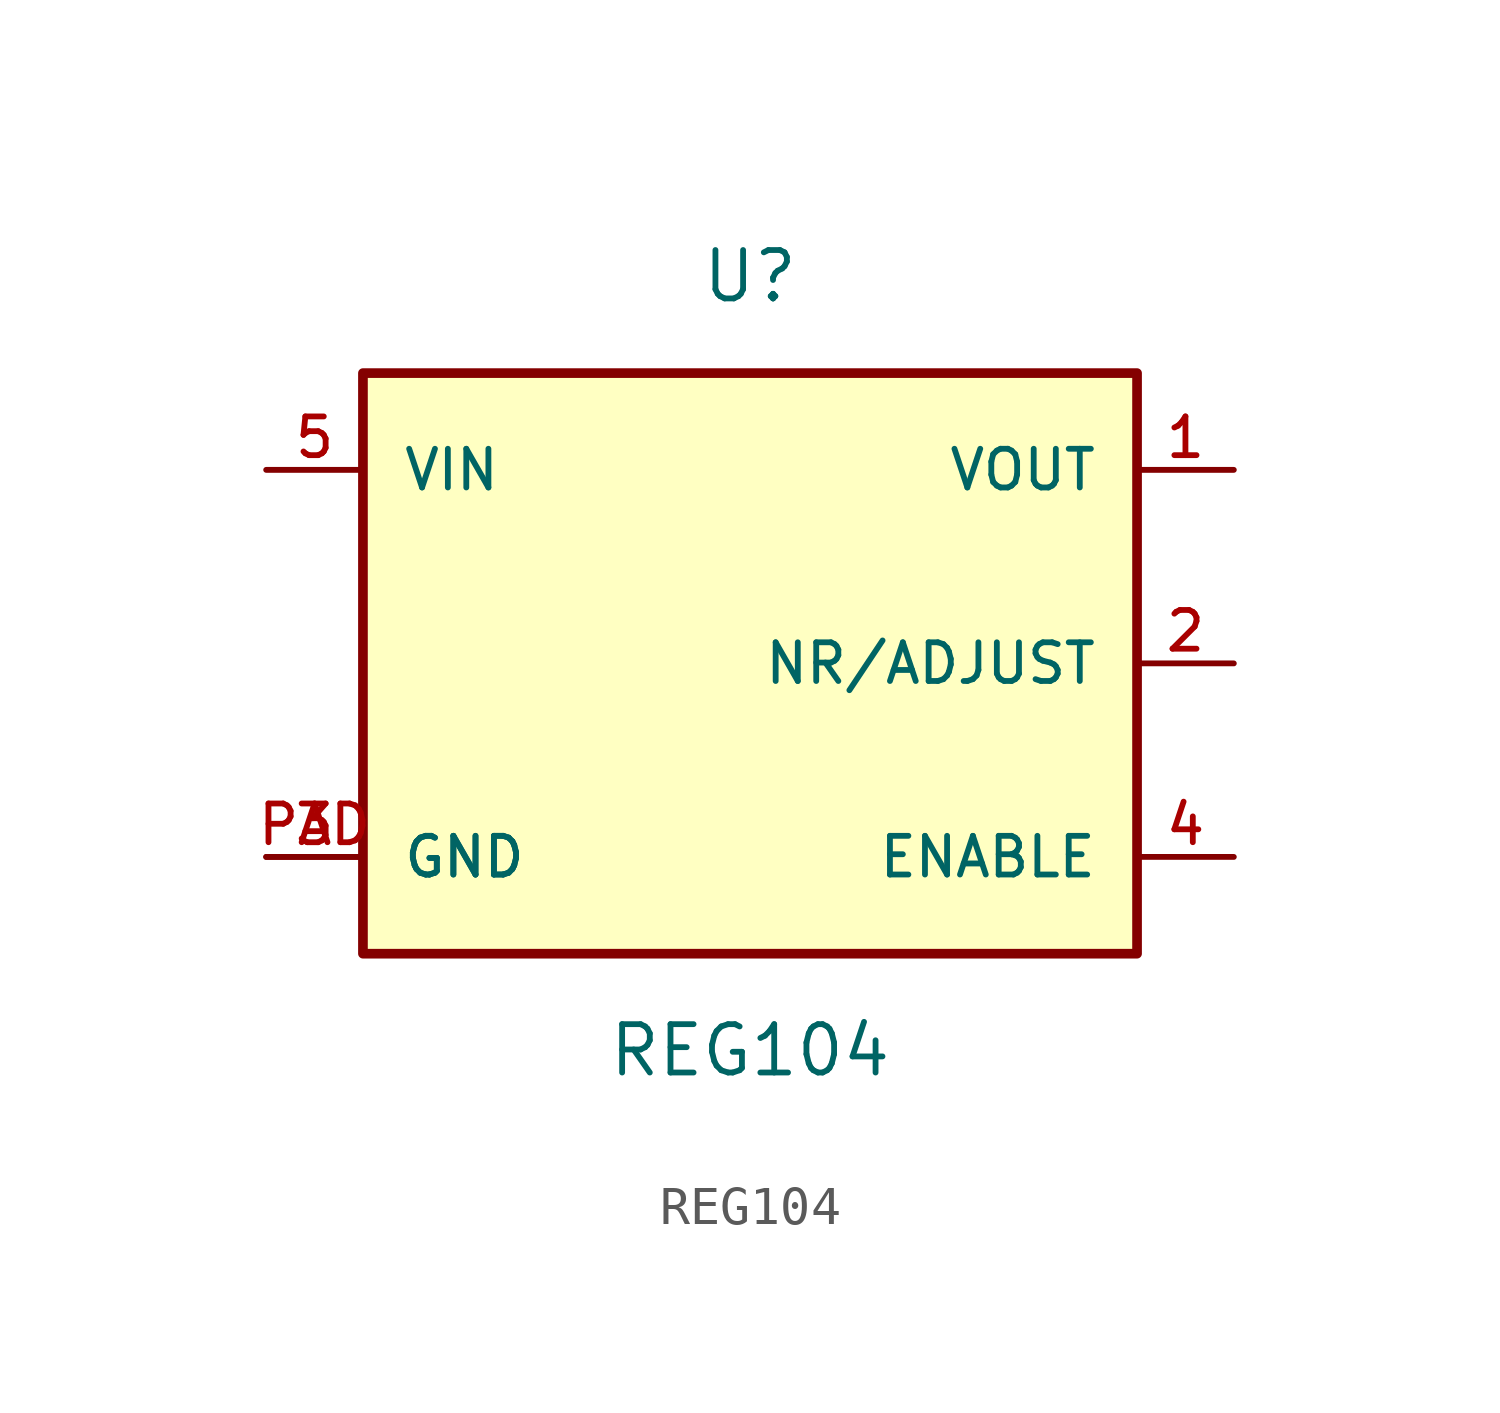
<source format=kicad_sym>
(kicad_symbol_lib
  (version 20211014)
  (generator kicad_symbol_editor)
  (symbol "REG104"
    (pin_names
      (offset 1.016))
    (property "Reference" "U"
      (at 0.0 10.16 0)
      (effects (font (size 1.27 1.27))))
    (property "Value" "REG104"
      (at 0.0 -10.16 0)
      (effects (font (size 1.27 1.27))))
    (symbol "REG104_0_0"
      (rectangle (start -10.16 -7.62) (end 10.16 7.62) (stroke (width 0.254)) (fill (type background)))
      (pin input line (at 12.7 -5.08 180.0) (length 2.54) (name "ENABLE" (effects (font (size 1.016 1.016)))) (number "4" (effects (font (size 1.016 1.016)))))
      (pin power_in line (at -12.7 -5.08 0) (length 2.54) (name "GND" (effects (font (size 1.016 1.016)))) (number "3" (effects (font (size 1.016 1.016)))))
      (pin power_in line (at -12.7 -5.08 0) (length 2.54) (name "GND" (effects (font (size 1.016 1.016)))) (number "PAD" (effects (font (size 1.016 1.016)))))
      (pin power_in line (at 12.7 5.08 180.0) (length 2.54) (name "VOUT" (effects (font (size 1.016 1.016)))) (number "1" (effects (font (size 1.016 1.016)))))
      (pin power_in line (at -12.7 5.08 0) (length 2.54) (name "VIN" (effects (font (size 1.016 1.016)))) (number "5" (effects (font (size 1.016 1.016)))))
      (pin bidirectional line (at 12.7 0.0 180.0) (length 2.54) (name "NR/ADJUST" (effects (font (size 1.016 1.016)))) (number "2" (effects (font (size 1.016 1.016))))))))
</source>
